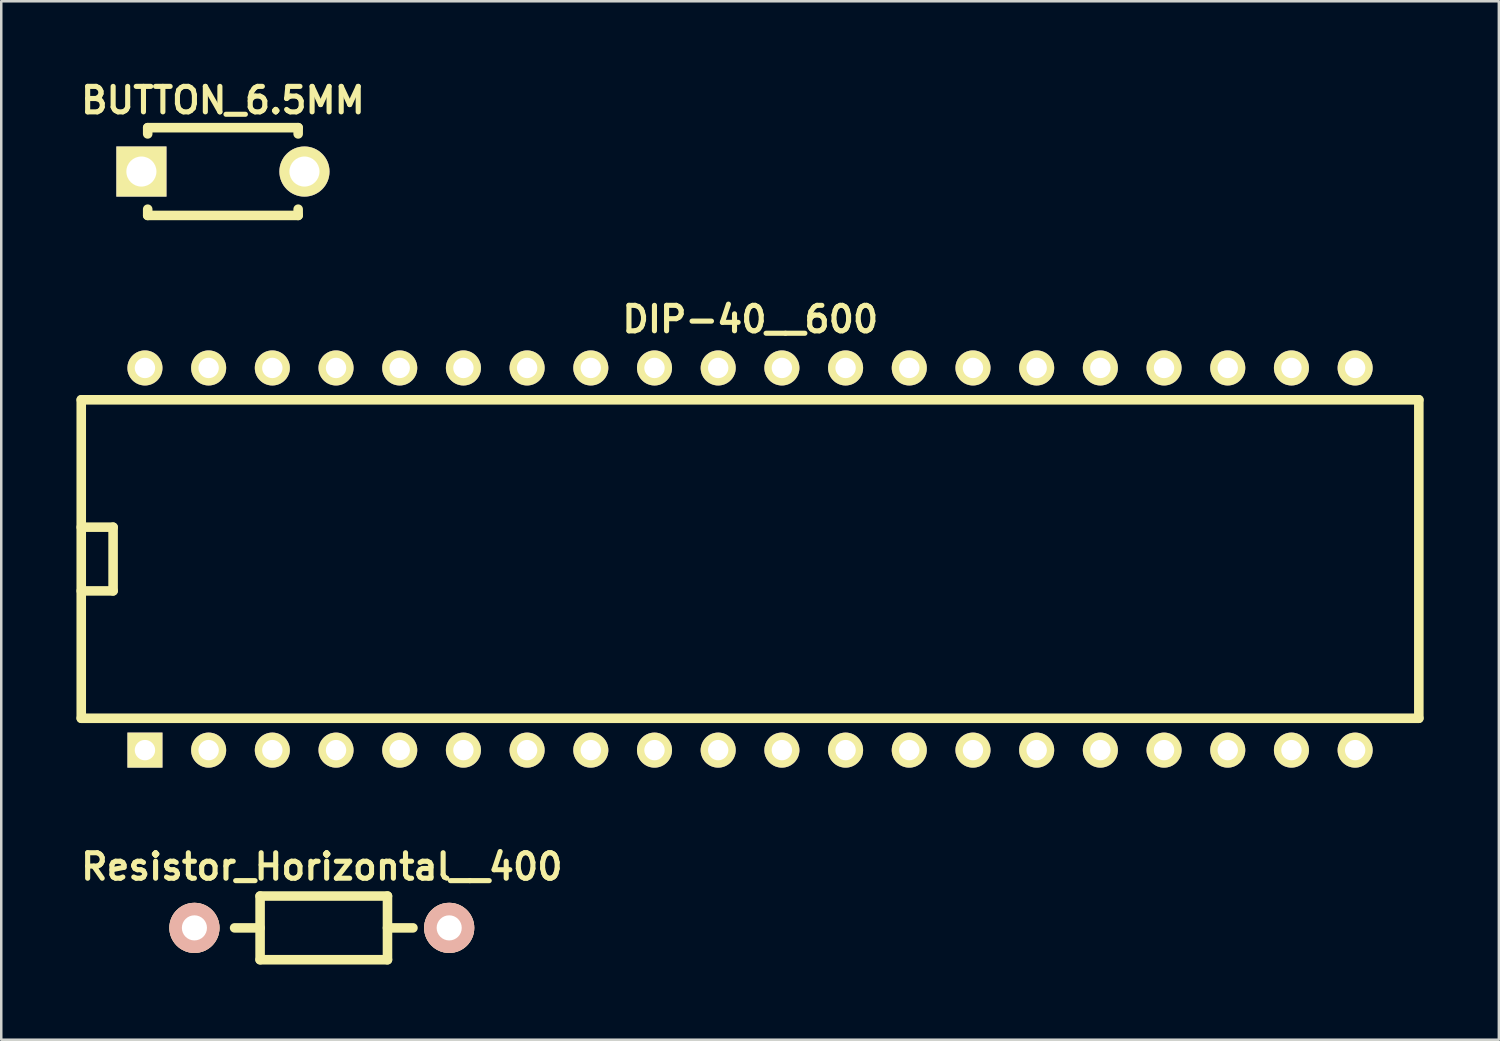
<source format=kicad_pcb>
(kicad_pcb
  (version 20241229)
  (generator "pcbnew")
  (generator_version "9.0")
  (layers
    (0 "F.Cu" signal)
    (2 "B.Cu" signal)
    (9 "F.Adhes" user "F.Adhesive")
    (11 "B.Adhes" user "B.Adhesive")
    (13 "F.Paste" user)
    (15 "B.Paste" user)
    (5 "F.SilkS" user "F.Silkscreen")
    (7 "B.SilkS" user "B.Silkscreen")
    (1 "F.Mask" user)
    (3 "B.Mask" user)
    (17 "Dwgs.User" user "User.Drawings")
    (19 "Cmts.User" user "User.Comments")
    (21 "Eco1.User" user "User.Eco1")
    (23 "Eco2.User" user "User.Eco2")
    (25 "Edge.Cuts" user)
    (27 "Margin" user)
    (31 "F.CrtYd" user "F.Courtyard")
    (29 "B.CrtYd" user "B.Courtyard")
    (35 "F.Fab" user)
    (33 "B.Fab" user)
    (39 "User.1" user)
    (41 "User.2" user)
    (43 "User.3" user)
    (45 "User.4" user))
  (footprint "BUTTON_6.5MM"
    (layer "F.Cu")
    (at 5.84 3.791)
    (property "Reference" "BUTTON_6.5MM" (at 0 -2.84 180) (layer "F.SilkS") (effects (font (size 1.016 1.016) (thickness 0.203))))
    (attr through_hole)
    (fp_line (start -3 -1.75) (end -3 -1.501) (stroke (width 0.381) (type solid)) (layer "F.SilkS"))
    (fp_line (start -3 -1.75) (end 3 -1.75) (stroke (width 0.381) (type solid)) (layer "F.SilkS"))
    (fp_line (start -3 1.75) (end -3 1.501) (stroke (width 0.381) (type solid)) (layer "F.SilkS"))
    (fp_line (start -3 1.75) (end 3 1.75) (stroke (width 0.381) (type solid)) (layer "F.SilkS"))
    (fp_line (start 3 -1.75) (end 3 -1.501) (stroke (width 0.381) (type solid)) (layer "F.SilkS"))
    (fp_line (start 3 1.75) (end 3 1.501) (stroke (width 0.381) (type solid)) (layer "F.SilkS"))
    (pad "1" thru_hole rect (at -3.251 0) (size 1.999 1.999) (drill 1.199) (layers "*.Cu" "*.Mask" "F.SilkS"))
    (pad "2" thru_hole circle (at 3.251 0) (size 1.999 1.999) (drill 1.199) (layers "*.Cu" "*.Mask" "F.SilkS")))
  (footprint "DIP-40__600"
    (layer "F.Cu")
    (at 26.86 19.243)
    (property "Reference" "DIP-40__600" (at 0.01 -9.56 0) (layer "F.SilkS") (effects (font (size 1.016 1.016) (thickness 0.203))))
    (attr through_hole)
    (fp_line (start -26.67 -6.35) (end 26.67 -6.35) (stroke (width 0.381) (type solid)) (layer "F.SilkS"))
    (fp_line (start -26.67 -1.27) (end -25.4 -1.27) (stroke (width 0.381) (type solid)) (layer "F.SilkS"))
    (fp_line (start -26.67 6.35) (end -26.67 -6.35) (stroke (width 0.381) (type solid)) (layer "F.SilkS"))
    (fp_line (start -25.4 -1.27) (end -25.4 1.27) (stroke (width 0.381) (type solid)) (layer "F.SilkS"))
    (fp_line (start -25.4 1.27) (end -26.67 1.27) (stroke (width 0.381) (type solid)) (layer "F.SilkS"))
    (fp_line (start 26.67 -6.35) (end 26.67 6.35) (stroke (width 0.381) (type solid)) (layer "F.SilkS"))
    (fp_line (start 26.67 6.35) (end -26.67 6.35) (stroke (width 0.381) (type solid)) (layer "F.SilkS"))
    (pad "1" thru_hole rect (at -24.13 7.62) (size 1.397 1.397) (drill 0.813) (layers "*.Cu" "*.Mask" "F.SilkS"))
    (pad "2" thru_hole circle (at -21.59 7.62) (size 1.397 1.397) (drill 0.813) (layers "*.Cu" "*.Mask" "F.SilkS"))
    (pad "3" thru_hole circle (at -19.05 7.62) (size 1.397 1.397) (drill 0.813) (layers "*.Cu" "*.Mask" "F.SilkS"))
    (pad "4" thru_hole circle (at -16.51 7.62) (size 1.397 1.397) (drill 0.813) (layers "*.Cu" "*.Mask" "F.SilkS"))
    (pad "5" thru_hole circle (at -13.97 7.62) (size 1.397 1.397) (drill 0.813) (layers "*.Cu" "*.Mask" "F.SilkS"))
    (pad "6" thru_hole circle (at -11.43 7.62) (size 1.397 1.397) (drill 0.813) (layers "*.Cu" "*.Mask" "F.SilkS"))
    (pad "7" thru_hole circle (at -8.89 7.62) (size 1.397 1.397) (drill 0.813) (layers "*.Cu" "*.Mask" "F.SilkS"))
    (pad "8" thru_hole circle (at -6.35 7.62) (size 1.397 1.397) (drill 0.813) (layers "*.Cu" "*.Mask" "F.SilkS"))
    (pad "9" thru_hole circle (at -3.81 7.62) (size 1.397 1.397) (drill 0.813) (layers "*.Cu" "*.Mask" "F.SilkS"))
    (pad "10" thru_hole circle (at -1.27 7.62) (size 1.397 1.397) (drill 0.813) (layers "*.Cu" "*.Mask" "F.SilkS"))
    (pad "11" thru_hole circle (at 1.27 7.62) (size 1.397 1.397) (drill 0.813) (layers "*.Cu" "*.Mask" "F.SilkS"))
    (pad "12" thru_hole circle (at 3.81 7.62) (size 1.397 1.397) (drill 0.813) (layers "*.Cu" "*.Mask" "F.SilkS"))
    (pad "13" thru_hole circle (at 6.35 7.62) (size 1.397 1.397) (drill 0.813) (layers "*.Cu" "*.Mask" "F.SilkS"))
    (pad "14" thru_hole circle (at 8.89 7.62) (size 1.397 1.397) (drill 0.813) (layers "*.Cu" "*.Mask" "F.SilkS"))
    (pad "15" thru_hole circle (at 11.43 7.62) (size 1.397 1.397) (drill 0.813) (layers "*.Cu" "*.Mask" "F.SilkS"))
    (pad "16" thru_hole circle (at 13.97 7.62) (size 1.397 1.397) (drill 0.813) (layers "*.Cu" "*.Mask" "F.SilkS"))
    (pad "17" thru_hole circle (at 16.51 7.62) (size 1.397 1.397) (drill 0.813) (layers "*.Cu" "*.Mask" "F.SilkS"))
    (pad "18" thru_hole circle (at 19.05 7.62) (size 1.397 1.397) (drill 0.813) (layers "*.Cu" "*.Mask" "F.SilkS"))
    (pad "19" thru_hole circle (at 21.59 7.62) (size 1.397 1.397) (drill 0.813) (layers "*.Cu" "*.Mask" "F.SilkS"))
    (pad "20" thru_hole circle (at 24.13 7.62) (size 1.397 1.397) (drill 0.813) (layers "*.Cu" "*.Mask" "F.SilkS"))
    (pad "21" thru_hole circle (at 24.13 -7.62) (size 1.397 1.397) (drill 0.813) (layers "*.Cu" "*.Mask" "F.SilkS"))
    (pad "22" thru_hole circle (at 21.59 -7.62) (size 1.397 1.397) (drill 0.813) (layers "*.Cu" "*.Mask" "F.SilkS"))
    (pad "23" thru_hole circle (at 19.05 -7.62) (size 1.397 1.397) (drill 0.813) (layers "*.Cu" "*.Mask" "F.SilkS"))
    (pad "24" thru_hole circle (at 16.51 -7.62) (size 1.397 1.397) (drill 0.813) (layers "*.Cu" "*.Mask" "F.SilkS"))
    (pad "25" thru_hole circle (at 13.97 -7.62) (size 1.397 1.397) (drill 0.813) (layers "*.Cu" "*.Mask" "F.SilkS"))
    (pad "26" thru_hole circle (at 11.43 -7.62) (size 1.397 1.397) (drill 0.813) (layers "*.Cu" "*.Mask" "F.SilkS"))
    (pad "27" thru_hole circle (at 8.89 -7.62) (size 1.397 1.397) (drill 0.813) (layers "*.Cu" "*.Mask" "F.SilkS"))
    (pad "28" thru_hole circle (at 6.35 -7.62) (size 1.397 1.397) (drill 0.813) (layers "*.Cu" "*.Mask" "F.SilkS"))
    (pad "29" thru_hole circle (at 3.81 -7.62) (size 1.397 1.397) (drill 0.813) (layers "*.Cu" "*.Mask" "F.SilkS"))
    (pad "30" thru_hole circle (at 1.27 -7.62) (size 1.397 1.397) (drill 0.813) (layers "*.Cu" "*.Mask" "F.SilkS"))
    (pad "31" thru_hole circle (at -1.27 -7.62) (size 1.397 1.397) (drill 0.813) (layers "*.Cu" "*.Mask" "F.SilkS"))
    (pad "32" thru_hole circle (at -3.81 -7.62) (size 1.397 1.397) (drill 0.813) (layers "*.Cu" "*.Mask" "F.SilkS"))
    (pad "33" thru_hole circle (at -6.35 -7.62) (size 1.397 1.397) (drill 0.813) (layers "*.Cu" "*.Mask" "F.SilkS"))
    (pad "34" thru_hole circle (at -8.89 -7.62) (size 1.397 1.397) (drill 0.813) (layers "*.Cu" "*.Mask" "F.SilkS"))
    (pad "35" thru_hole circle (at -11.43 -7.62) (size 1.397 1.397) (drill 0.813) (layers "*.Cu" "*.Mask" "F.SilkS"))
    (pad "36" thru_hole circle (at -13.97 -7.62) (size 1.397 1.397) (drill 0.813) (layers "*.Cu" "*.Mask" "F.SilkS"))
    (pad "37" thru_hole circle (at -16.51 -7.62) (size 1.397 1.397) (drill 0.813) (layers "*.Cu" "*.Mask" "F.SilkS"))
    (pad "38" thru_hole circle (at -19.05 -7.62) (size 1.397 1.397) (drill 0.813) (layers "*.Cu" "*.Mask" "F.SilkS"))
    (pad "39" thru_hole circle (at -21.59 -7.62) (size 1.397 1.397) (drill 0.813) (layers "*.Cu" "*.Mask" "F.SilkS"))
    (pad "40" thru_hole circle (at -24.13 -7.62) (size 1.397 1.397) (drill 0.813) (layers "*.Cu" "*.Mask" "F.SilkS")))
  (footprint "Resistor_Horizontal__400"
    (layer "F.Cu")
    (at 9.783 33.952)
    (property "Reference" "Resistor_Horizontal__400" (at 0 -2.44 0) (layer "F.SilkS") (effects (font (size 1.016 1.016) (thickness 0.203))))
    (attr through_hole)
    (fp_line (start -2.461 -1.27) (end 2.619 -1.27) (stroke (width 0.381) (type solid)) (layer "F.SilkS"))
    (fp_line (start -2.461 0) (end -3.477 0) (stroke (width 0.381) (type solid)) (layer "F.SilkS"))
    (fp_line (start -2.461 1.27) (end -2.461 -1.27) (stroke (width 0.381) (type solid)) (layer "F.SilkS"))
    (fp_line (start 2.619 -1.27) (end 2.619 1.27) (stroke (width 0.381) (type solid)) (layer "F.SilkS"))
    (fp_line (start 2.619 0) (end 3.635 0) (stroke (width 0.381) (type solid)) (layer "F.SilkS"))
    (fp_line (start 2.619 1.27) (end -2.461 1.27) (stroke (width 0.381) (type solid)) (layer "F.SilkS"))
    (pad "1" thru_hole circle (at -5.08 0) (size 1.999 1.999) (drill 1.001) (layers "*.Cu" "*.SilkS" "*.Mask"))
    (pad "2" thru_hole circle (at 5.08 0) (size 1.999 1.999) (drill 1.001) (layers "*.Cu" "*.SilkS" "*.Mask")))
  (gr_rect
    (start -3 -3)
    (end 56.721 38.412)
    (stroke (width 0.1) (type default))
    (fill no)
    (layer "Edge.Cuts")))
</source>
